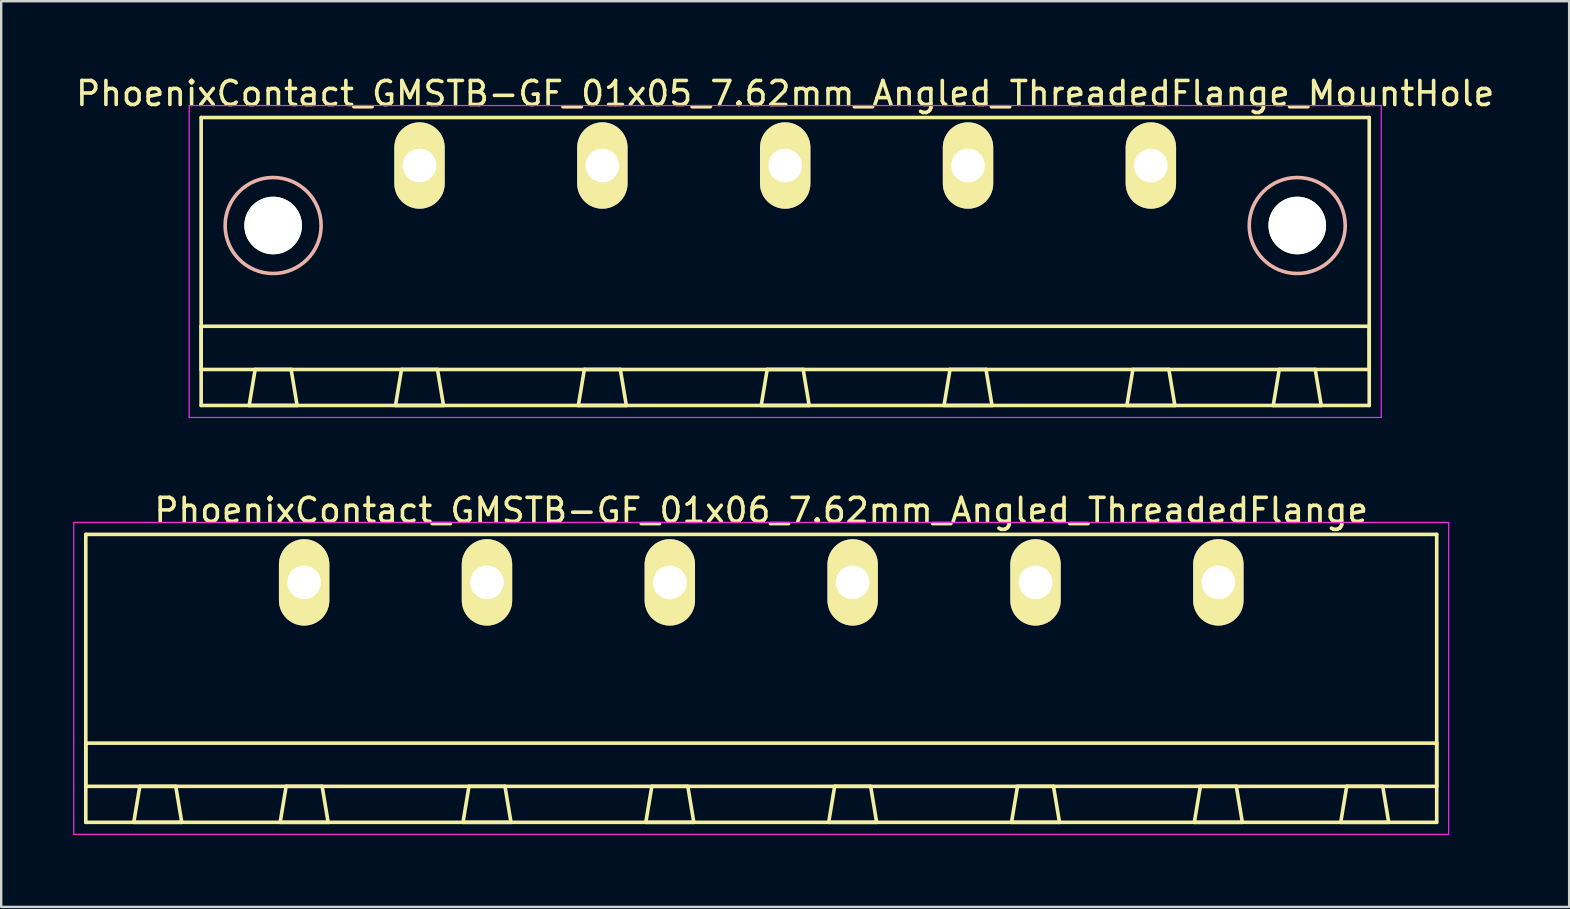
<source format=kicad_pcb>
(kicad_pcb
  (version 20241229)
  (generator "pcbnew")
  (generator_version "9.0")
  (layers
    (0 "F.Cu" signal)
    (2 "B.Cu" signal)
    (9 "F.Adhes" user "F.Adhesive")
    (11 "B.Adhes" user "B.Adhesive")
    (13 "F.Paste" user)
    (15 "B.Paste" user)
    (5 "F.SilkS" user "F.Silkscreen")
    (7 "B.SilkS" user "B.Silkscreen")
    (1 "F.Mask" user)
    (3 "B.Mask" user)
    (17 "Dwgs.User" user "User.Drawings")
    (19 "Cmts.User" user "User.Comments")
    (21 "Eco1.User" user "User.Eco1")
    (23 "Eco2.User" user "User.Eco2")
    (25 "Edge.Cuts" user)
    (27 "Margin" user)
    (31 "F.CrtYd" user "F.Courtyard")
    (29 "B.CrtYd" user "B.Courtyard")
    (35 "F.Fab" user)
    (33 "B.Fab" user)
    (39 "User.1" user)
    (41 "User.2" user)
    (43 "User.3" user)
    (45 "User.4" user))
  (footprint "PhoenixContact_GMSTB-GF_01x06_7.62mm_Angled_ThreadedFlange"
    (layer "F.Cu")
    (at 9.625 21.221)
    (property "Reference" "PhoenixContact_GMSTB-GF_01x06_7.62mm_Angled_ThreadedFlange" (at 19.05 -3 0) (layer "F.SilkS") (effects (font (size 1 1) (thickness 0.15))))
    (attr through_hole)
    (fp_line (start -9.1 -2) (end -9.1 10) (stroke (width 0.15) (type solid)) (layer "F.SilkS"))
    (fp_line (start -9.1 6.7) (end 47.2 6.7) (stroke (width 0.15) (type solid)) (layer "F.SilkS"))
    (fp_line (start -9.1 8.5) (end -9.1 6.7) (stroke (width 0.15) (type solid)) (layer "F.SilkS"))
    (fp_line (start -9.1 10) (end 47.2 10) (stroke (width 0.15) (type solid)) (layer "F.SilkS"))
    (fp_line (start -7.1 10) (end -5.1 10) (stroke (width 0.15) (type solid)) (layer "F.SilkS"))
    (fp_line (start -6.85 8.5) (end -7.1 10) (stroke (width 0.15) (type solid)) (layer "F.SilkS"))
    (fp_line (start -5.35 8.5) (end -6.85 8.5) (stroke (width 0.15) (type solid)) (layer "F.SilkS"))
    (fp_line (start -5.1 10) (end -5.35 8.5) (stroke (width 0.15) (type solid)) (layer "F.SilkS"))
    (fp_line (start -1 10) (end 1 10) (stroke (width 0.15) (type solid)) (layer "F.SilkS"))
    (fp_line (start -0.75 8.5) (end -1 10) (stroke (width 0.15) (type solid)) (layer "F.SilkS"))
    (fp_line (start 0.75 8.5) (end -0.75 8.5) (stroke (width 0.15) (type solid)) (layer "F.SilkS"))
    (fp_line (start 1 10) (end 0.75 8.5) (stroke (width 0.15) (type solid)) (layer "F.SilkS"))
    (fp_line (start 6.62 10) (end 8.62 10) (stroke (width 0.15) (type solid)) (layer "F.SilkS"))
    (fp_line (start 6.87 8.5) (end 6.62 10) (stroke (width 0.15) (type solid)) (layer "F.SilkS"))
    (fp_line (start 8.37 8.5) (end 6.87 8.5) (stroke (width 0.15) (type solid)) (layer "F.SilkS"))
    (fp_line (start 8.62 10) (end 8.37 8.5) (stroke (width 0.15) (type solid)) (layer "F.SilkS"))
    (fp_line (start 14.24 10) (end 16.24 10) (stroke (width 0.15) (type solid)) (layer "F.SilkS"))
    (fp_line (start 14.49 8.5) (end 14.24 10) (stroke (width 0.15) (type solid)) (layer "F.SilkS"))
    (fp_line (start 15.99 8.5) (end 14.49 8.5) (stroke (width 0.15) (type solid)) (layer "F.SilkS"))
    (fp_line (start 16.24 10) (end 15.99 8.5) (stroke (width 0.15) (type solid)) (layer "F.SilkS"))
    (fp_line (start 21.86 10) (end 23.86 10) (stroke (width 0.15) (type solid)) (layer "F.SilkS"))
    (fp_line (start 22.11 8.5) (end 21.86 10) (stroke (width 0.15) (type solid)) (layer "F.SilkS"))
    (fp_line (start 23.61 8.5) (end 22.11 8.5) (stroke (width 0.15) (type solid)) (layer "F.SilkS"))
    (fp_line (start 23.86 10) (end 23.61 8.5) (stroke (width 0.15) (type solid)) (layer "F.SilkS"))
    (fp_line (start 29.48 10) (end 31.48 10) (stroke (width 0.15) (type solid)) (layer "F.SilkS"))
    (fp_line (start 29.73 8.5) (end 29.48 10) (stroke (width 0.15) (type solid)) (layer "F.SilkS"))
    (fp_line (start 31.23 8.5) (end 29.73 8.5) (stroke (width 0.15) (type solid)) (layer "F.SilkS"))
    (fp_line (start 31.48 10) (end 31.23 8.5) (stroke (width 0.15) (type solid)) (layer "F.SilkS"))
    (fp_line (start 37.1 10) (end 39.1 10) (stroke (width 0.15) (type solid)) (layer "F.SilkS"))
    (fp_line (start 37.35 8.5) (end 37.1 10) (stroke (width 0.15) (type solid)) (layer "F.SilkS"))
    (fp_line (start 38.85 8.5) (end 37.35 8.5) (stroke (width 0.15) (type solid)) (layer "F.SilkS"))
    (fp_line (start 39.1 10) (end 38.85 8.5) (stroke (width 0.15) (type solid)) (layer "F.SilkS"))
    (fp_line (start 43.2 10) (end 45.2 10) (stroke (width 0.15) (type solid)) (layer "F.SilkS"))
    (fp_line (start 43.45 8.5) (end 43.2 10) (stroke (width 0.15) (type solid)) (layer "F.SilkS"))
    (fp_line (start 44.95 8.5) (end 43.45 8.5) (stroke (width 0.15) (type solid)) (layer "F.SilkS"))
    (fp_line (start 45.2 10) (end 44.95 8.5) (stroke (width 0.15) (type solid)) (layer "F.SilkS"))
    (fp_line (start 47.2 -2) (end -9.1 -2) (stroke (width 0.15) (type solid)) (layer "F.SilkS"))
    (fp_line (start 47.2 6.7) (end 47.2 8.5) (stroke (width 0.15) (type solid)) (layer "F.SilkS"))
    (fp_line (start 47.2 8.5) (end -9.1 8.5) (stroke (width 0.15) (type solid)) (layer "F.SilkS"))
    (fp_line (start 47.2 10) (end 47.2 -2) (stroke (width 0.15) (type solid)) (layer "F.SilkS"))
    (fp_line (start -9.6 -2.5) (end -9.6 10.5) (stroke (width 0.05) (type solid)) (layer "F.CrtYd"))
    (fp_line (start -9.6 10.5) (end 47.7 10.5) (stroke (width 0.05) (type solid)) (layer "F.CrtYd"))
    (fp_line (start 47.7 -2.5) (end -9.6 -2.5) (stroke (width 0.05) (type solid)) (layer "F.CrtYd"))
    (fp_line (start 47.7 10.5) (end 47.7 -2.5) (stroke (width 0.05) (type solid)) (layer "F.CrtYd"))
    (pad "1" thru_hole oval (at 0 0) (size 2.1 3.6) (drill 1.4) (layers "*.Cu" "*.Mask" "F.SilkS"))
    (pad "2" thru_hole oval (at 7.62 0) (size 2.1 3.6) (drill 1.4) (layers "*.Cu" "*.Mask" "F.SilkS"))
    (pad "3" thru_hole oval (at 15.24 0) (size 2.1 3.6) (drill 1.4) (layers "*.Cu" "*.Mask" "F.SilkS"))
    (pad "4" thru_hole oval (at 22.86 0) (size 2.1 3.6) (drill 1.4) (layers "*.Cu" "*.Mask" "F.SilkS"))
    (pad "5" thru_hole oval (at 30.48 0) (size 2.1 3.6) (drill 1.4) (layers "*.Cu" "*.Mask" "F.SilkS"))
    (pad "6" thru_hole oval (at 38.1 0) (size 2.1 3.6) (drill 1.4) (layers "*.Cu" "*.Mask" "F.SilkS")))
  (footprint "PhoenixContact_GMSTB-GF_01x05_7.62mm_Angled_ThreadedFlange_MountHole"
    (layer "F.Cu")
    (at 14.433 3.848)
    (property "Reference" "PhoenixContact_GMSTB-GF_01x05_7.62mm_Angled_ThreadedFlange_MountHole" (at 15.24 -3 0) (layer "F.SilkS") (effects (font (size 1 1) (thickness 0.15))))
    (attr through_hole)
    (fp_line (start -9.1 -2) (end -9.1 10) (stroke (width 0.15) (type solid)) (layer "F.SilkS"))
    (fp_line (start -9.1 6.7) (end 39.58 6.7) (stroke (width 0.15) (type solid)) (layer "F.SilkS"))
    (fp_line (start -9.1 8.5) (end -9.1 6.7) (stroke (width 0.15) (type solid)) (layer "F.SilkS"))
    (fp_line (start -9.1 10) (end 39.58 10) (stroke (width 0.15) (type solid)) (layer "F.SilkS"))
    (fp_line (start -7.1 10) (end -5.1 10) (stroke (width 0.15) (type solid)) (layer "F.SilkS"))
    (fp_line (start -6.85 8.5) (end -7.1 10) (stroke (width 0.15) (type solid)) (layer "F.SilkS"))
    (fp_line (start -5.35 8.5) (end -6.85 8.5) (stroke (width 0.15) (type solid)) (layer "F.SilkS"))
    (fp_line (start -5.1 10) (end -5.35 8.5) (stroke (width 0.15) (type solid)) (layer "F.SilkS"))
    (fp_line (start -1 10) (end 1 10) (stroke (width 0.15) (type solid)) (layer "F.SilkS"))
    (fp_line (start -0.75 8.5) (end -1 10) (stroke (width 0.15) (type solid)) (layer "F.SilkS"))
    (fp_line (start 0.75 8.5) (end -0.75 8.5) (stroke (width 0.15) (type solid)) (layer "F.SilkS"))
    (fp_line (start 1 10) (end 0.75 8.5) (stroke (width 0.15) (type solid)) (layer "F.SilkS"))
    (fp_line (start 6.62 10) (end 8.62 10) (stroke (width 0.15) (type solid)) (layer "F.SilkS"))
    (fp_line (start 6.87 8.5) (end 6.62 10) (stroke (width 0.15) (type solid)) (layer "F.SilkS"))
    (fp_line (start 8.37 8.5) (end 6.87 8.5) (stroke (width 0.15) (type solid)) (layer "F.SilkS"))
    (fp_line (start 8.62 10) (end 8.37 8.5) (stroke (width 0.15) (type solid)) (layer "F.SilkS"))
    (fp_line (start 14.24 10) (end 16.24 10) (stroke (width 0.15) (type solid)) (layer "F.SilkS"))
    (fp_line (start 14.49 8.5) (end 14.24 10) (stroke (width 0.15) (type solid)) (layer "F.SilkS"))
    (fp_line (start 15.99 8.5) (end 14.49 8.5) (stroke (width 0.15) (type solid)) (layer "F.SilkS"))
    (fp_line (start 16.24 10) (end 15.99 8.5) (stroke (width 0.15) (type solid)) (layer "F.SilkS"))
    (fp_line (start 21.86 10) (end 23.86 10) (stroke (width 0.15) (type solid)) (layer "F.SilkS"))
    (fp_line (start 22.11 8.5) (end 21.86 10) (stroke (width 0.15) (type solid)) (layer "F.SilkS"))
    (fp_line (start 23.61 8.5) (end 22.11 8.5) (stroke (width 0.15) (type solid)) (layer "F.SilkS"))
    (fp_line (start 23.86 10) (end 23.61 8.5) (stroke (width 0.15) (type solid)) (layer "F.SilkS"))
    (fp_line (start 29.48 10) (end 31.48 10) (stroke (width 0.15) (type solid)) (layer "F.SilkS"))
    (fp_line (start 29.73 8.5) (end 29.48 10) (stroke (width 0.15) (type solid)) (layer "F.SilkS"))
    (fp_line (start 31.23 8.5) (end 29.73 8.5) (stroke (width 0.15) (type solid)) (layer "F.SilkS"))
    (fp_line (start 31.48 10) (end 31.23 8.5) (stroke (width 0.15) (type solid)) (layer "F.SilkS"))
    (fp_line (start 35.58 10) (end 37.58 10) (stroke (width 0.15) (type solid)) (layer "F.SilkS"))
    (fp_line (start 35.83 8.5) (end 35.58 10) (stroke (width 0.15) (type solid)) (layer "F.SilkS"))
    (fp_line (start 37.33 8.5) (end 35.83 8.5) (stroke (width 0.15) (type solid)) (layer "F.SilkS"))
    (fp_line (start 37.58 10) (end 37.33 8.5) (stroke (width 0.15) (type solid)) (layer "F.SilkS"))
    (fp_line (start 39.58 -2) (end -9.1 -2) (stroke (width 0.15) (type solid)) (layer "F.SilkS"))
    (fp_line (start 39.58 6.7) (end 39.58 8.5) (stroke (width 0.15) (type solid)) (layer "F.SilkS"))
    (fp_line (start 39.58 8.5) (end -9.1 8.5) (stroke (width 0.15) (type solid)) (layer "F.SilkS"))
    (fp_line (start 39.58 10) (end 39.58 -2) (stroke (width 0.15) (type solid)) (layer "F.SilkS"))
    (fp_circle (center -6.1 2.5) (end -4.1 2.5) (stroke (width 0.15) (type solid)) (fill no) (layer "B.SilkS"))
    (fp_circle (center 36.58 2.5) (end 38.58 2.5) (stroke (width 0.15) (type solid)) (fill no) (layer "B.SilkS"))
    (fp_line (start -9.6 -2.5) (end -9.6 10.5) (stroke (width 0.05) (type solid)) (layer "F.CrtYd"))
    (fp_line (start -9.6 10.5) (end 40.08 10.5) (stroke (width 0.05) (type solid)) (layer "F.CrtYd"))
    (fp_line (start 40.08 -2.5) (end -9.6 -2.5) (stroke (width 0.05) (type solid)) (layer "F.CrtYd"))
    (fp_line (start 40.08 10.5) (end 40.08 -2.5) (stroke (width 0.05) (type solid)) (layer "F.CrtYd"))
    (pad "" np_thru_hole circle (at -6.1 2.5) (size 2.4 2.4) (drill 2.4) (layers "*.Cu" "*.Mask" "F.SilkS"))
    (pad "" np_thru_hole circle (at 36.58 2.5) (size 2.4 2.4) (drill 2.4) (layers "*.Cu" "*.Mask" "F.SilkS"))
    (pad "1" thru_hole oval (at 0 0) (size 2.1 3.6) (drill 1.4) (layers "*.Cu" "*.Mask" "F.SilkS"))
    (pad "2" thru_hole oval (at 7.62 0) (size 2.1 3.6) (drill 1.4) (layers "*.Cu" "*.Mask" "F.SilkS"))
    (pad "3" thru_hole oval (at 15.24 0) (size 2.1 3.6) (drill 1.4) (layers "*.Cu" "*.Mask" "F.SilkS"))
    (pad "4" thru_hole oval (at 22.86 0) (size 2.1 3.6) (drill 1.4) (layers "*.Cu" "*.Mask" "F.SilkS"))
    (pad "5" thru_hole oval (at 30.48 0) (size 2.1 3.6) (drill 1.4) (layers "*.Cu" "*.Mask" "F.SilkS")))
  (gr_rect
    (start -3 -3)
    (end 62.345 34.746)
    (stroke (width 0.1) (type default))
    (fill no)
    (layer "Edge.Cuts")))
</source>
